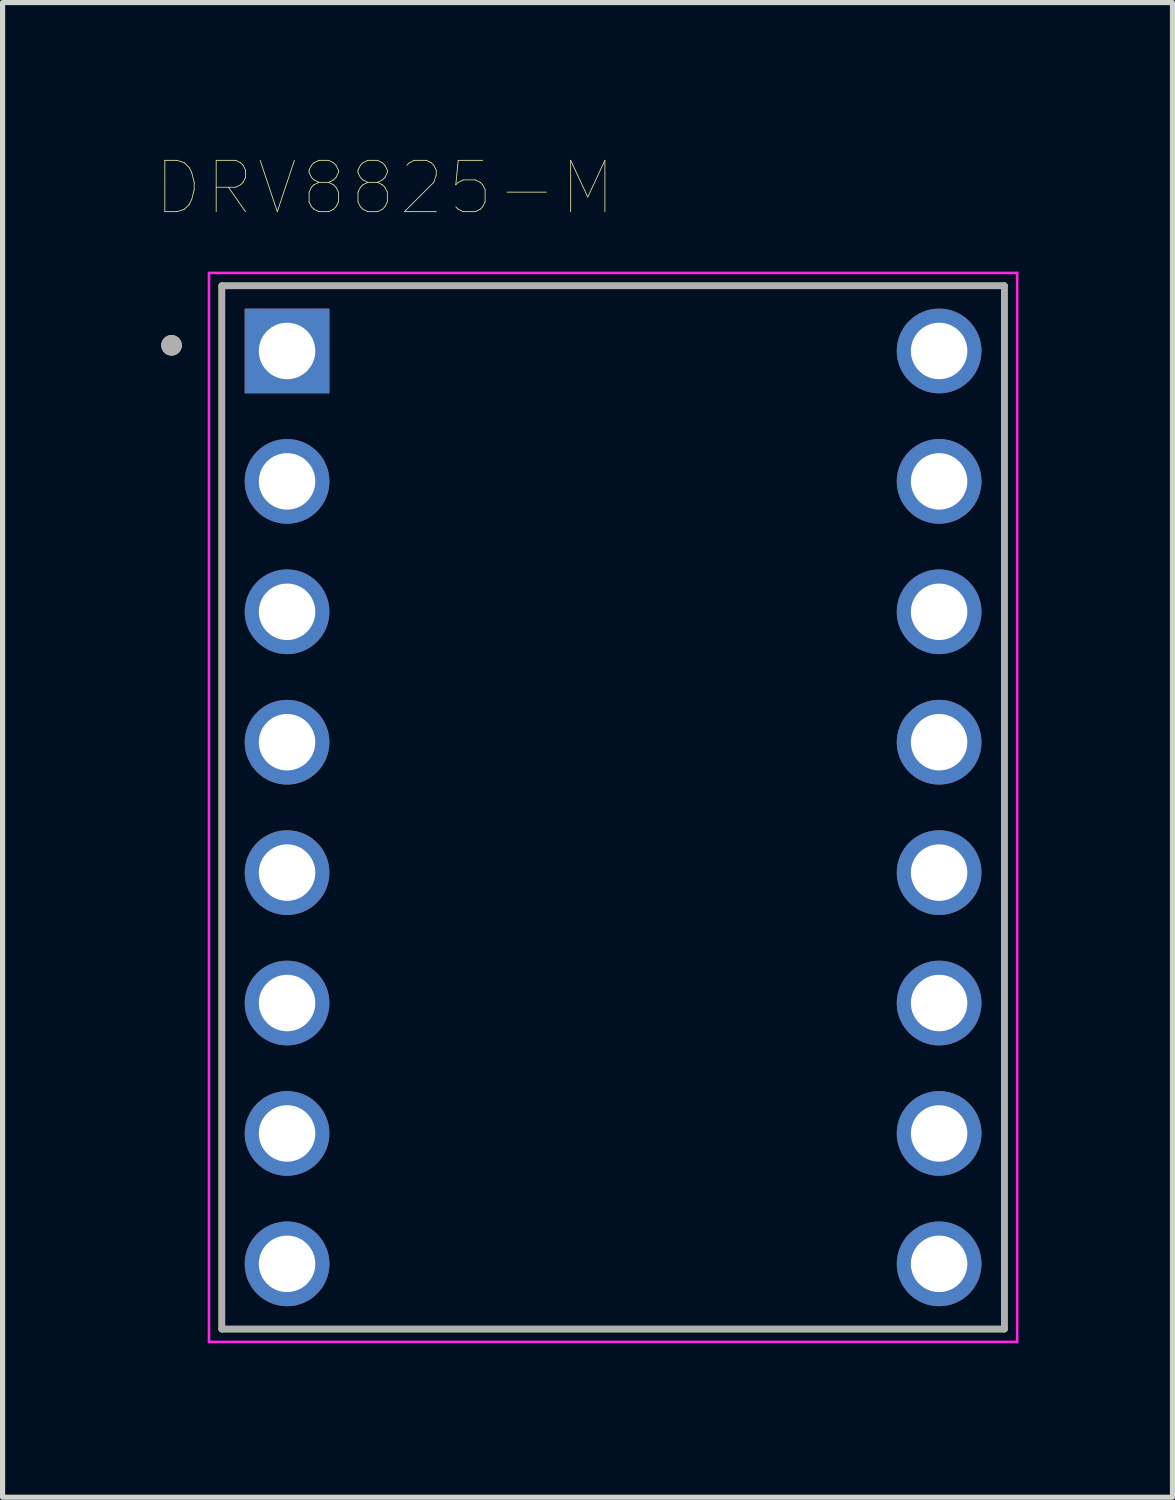
<source format=kicad_pcb>
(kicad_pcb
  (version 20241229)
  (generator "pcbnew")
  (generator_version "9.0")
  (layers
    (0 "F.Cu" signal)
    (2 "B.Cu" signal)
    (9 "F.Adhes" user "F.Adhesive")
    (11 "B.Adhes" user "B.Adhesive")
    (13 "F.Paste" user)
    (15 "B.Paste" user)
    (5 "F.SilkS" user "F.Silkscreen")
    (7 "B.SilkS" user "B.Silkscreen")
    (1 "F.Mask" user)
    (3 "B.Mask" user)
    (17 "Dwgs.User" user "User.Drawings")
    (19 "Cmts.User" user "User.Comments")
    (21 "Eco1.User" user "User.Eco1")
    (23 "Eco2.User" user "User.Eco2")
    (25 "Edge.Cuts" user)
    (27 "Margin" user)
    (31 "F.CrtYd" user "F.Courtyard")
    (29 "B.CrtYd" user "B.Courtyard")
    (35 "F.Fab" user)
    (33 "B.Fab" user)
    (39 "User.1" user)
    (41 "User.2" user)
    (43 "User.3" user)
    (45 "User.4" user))
  (footprint "DRV8825-M"
    (layer "F.Cu")
    (at 8.891 12.676)
    (property "Reference" "DRV8825-M" (at -4.445 -12.065 0) (layer "F.SilkS") (effects (font (size 1 1) (thickness 0.015))))
    (attr through_hole)
    (fp_line (start -7.62 -10.16) (end 7.62 -10.16) (stroke (width 0.127) (type solid)) (layer "F.SilkS"))
    (fp_line (start -7.62 10.16) (end -7.62 -10.16) (stroke (width 0.127) (type solid)) (layer "F.SilkS"))
    (fp_line (start 7.62 -10.16) (end 7.62 10.16) (stroke (width 0.127) (type solid)) (layer "F.SilkS"))
    (fp_line (start 7.62 10.16) (end -7.62 10.16) (stroke (width 0.127) (type solid)) (layer "F.SilkS"))
    (fp_circle (center -8.6 -9) (end -8.5 -9) (stroke (width 0.2) (type solid)) (fill no) (layer "F.SilkS"))
    (fp_line (start -7.87 -10.41) (end 7.87 -10.41) (stroke (width 0.05) (type solid)) (layer "F.CrtYd"))
    (fp_line (start -7.87 10.41) (end -7.87 -10.41) (stroke (width 0.05) (type solid)) (layer "F.CrtYd"))
    (fp_line (start 7.87 -10.41) (end 7.87 10.41) (stroke (width 0.05) (type solid)) (layer "F.CrtYd"))
    (fp_line (start 7.87 10.41) (end -7.87 10.41) (stroke (width 0.05) (type solid)) (layer "F.CrtYd"))
    (fp_line (start -7.62 -10.16) (end 7.62 -10.16) (stroke (width 0.127) (type solid)) (layer "F.Fab"))
    (fp_line (start -7.62 10.16) (end -7.62 -10.16) (stroke (width 0.127) (type solid)) (layer "F.Fab"))
    (fp_line (start 7.62 -10.16) (end 7.62 10.16) (stroke (width 0.127) (type solid)) (layer "F.Fab"))
    (fp_line (start 7.62 10.16) (end -7.62 10.16) (stroke (width 0.127) (type solid)) (layer "F.Fab"))
    (fp_circle (center -8.6 -9) (end -8.5 -9) (stroke (width 0.2) (type solid)) (fill no) (layer "F.Fab"))
    (pad "1" thru_hole rect (at -6.35 -8.89) (size 1.65 1.65) (drill 1.1) (layers "*.Cu" "*.Mask"))
    (pad "2" thru_hole circle (at -6.35 -6.35) (size 1.65 1.65) (drill 1.1) (layers "*.Cu" "*.Mask"))
    (pad "3" thru_hole circle (at -6.35 -3.81) (size 1.65 1.65) (drill 1.1) (layers "*.Cu" "*.Mask"))
    (pad "4" thru_hole circle (at -6.35 -1.27) (size 1.65 1.65) (drill 1.1) (layers "*.Cu" "*.Mask"))
    (pad "5" thru_hole circle (at -6.35 1.27) (size 1.65 1.65) (drill 1.1) (layers "*.Cu" "*.Mask"))
    (pad "6" thru_hole circle (at -6.35 3.81) (size 1.65 1.65) (drill 1.1) (layers "*.Cu" "*.Mask"))
    (pad "7" thru_hole circle (at -6.35 6.35) (size 1.65 1.65) (drill 1.1) (layers "*.Cu" "*.Mask"))
    (pad "8" thru_hole circle (at -6.35 8.89) (size 1.65 1.65) (drill 1.1) (layers "*.Cu" "*.Mask"))
    (pad "9" thru_hole circle (at 6.35 8.89) (size 1.65 1.65) (drill 1.1) (layers "*.Cu" "*.Mask"))
    (pad "10" thru_hole circle (at 6.35 6.35) (size 1.65 1.65) (drill 1.1) (layers "*.Cu" "*.Mask"))
    (pad "11" thru_hole circle (at 6.35 3.81) (size 1.65 1.65) (drill 1.1) (layers "*.Cu" "*.Mask"))
    (pad "12" thru_hole circle (at 6.35 1.27) (size 1.65 1.65) (drill 1.1) (layers "*.Cu" "*.Mask"))
    (pad "13" thru_hole circle (at 6.35 -1.27) (size 1.65 1.65) (drill 1.1) (layers "*.Cu" "*.Mask"))
    (pad "14" thru_hole circle (at 6.35 -3.81) (size 1.65 1.65) (drill 1.1) (layers "*.Cu" "*.Mask"))
    (pad "15" thru_hole circle (at 6.35 -6.35) (size 1.65 1.65) (drill 1.1) (layers "*.Cu" "*.Mask"))
    (pad "16" thru_hole circle (at 6.35 -8.89) (size 1.65 1.65) (drill 1.1) (layers "*.Cu" "*.Mask")))
  (gr_rect
    (start -3 -3)
    (end 19.786 26.111)
    (stroke (width 0.1) (type default))
    (fill no)
    (layer "Edge.Cuts")))
</source>
